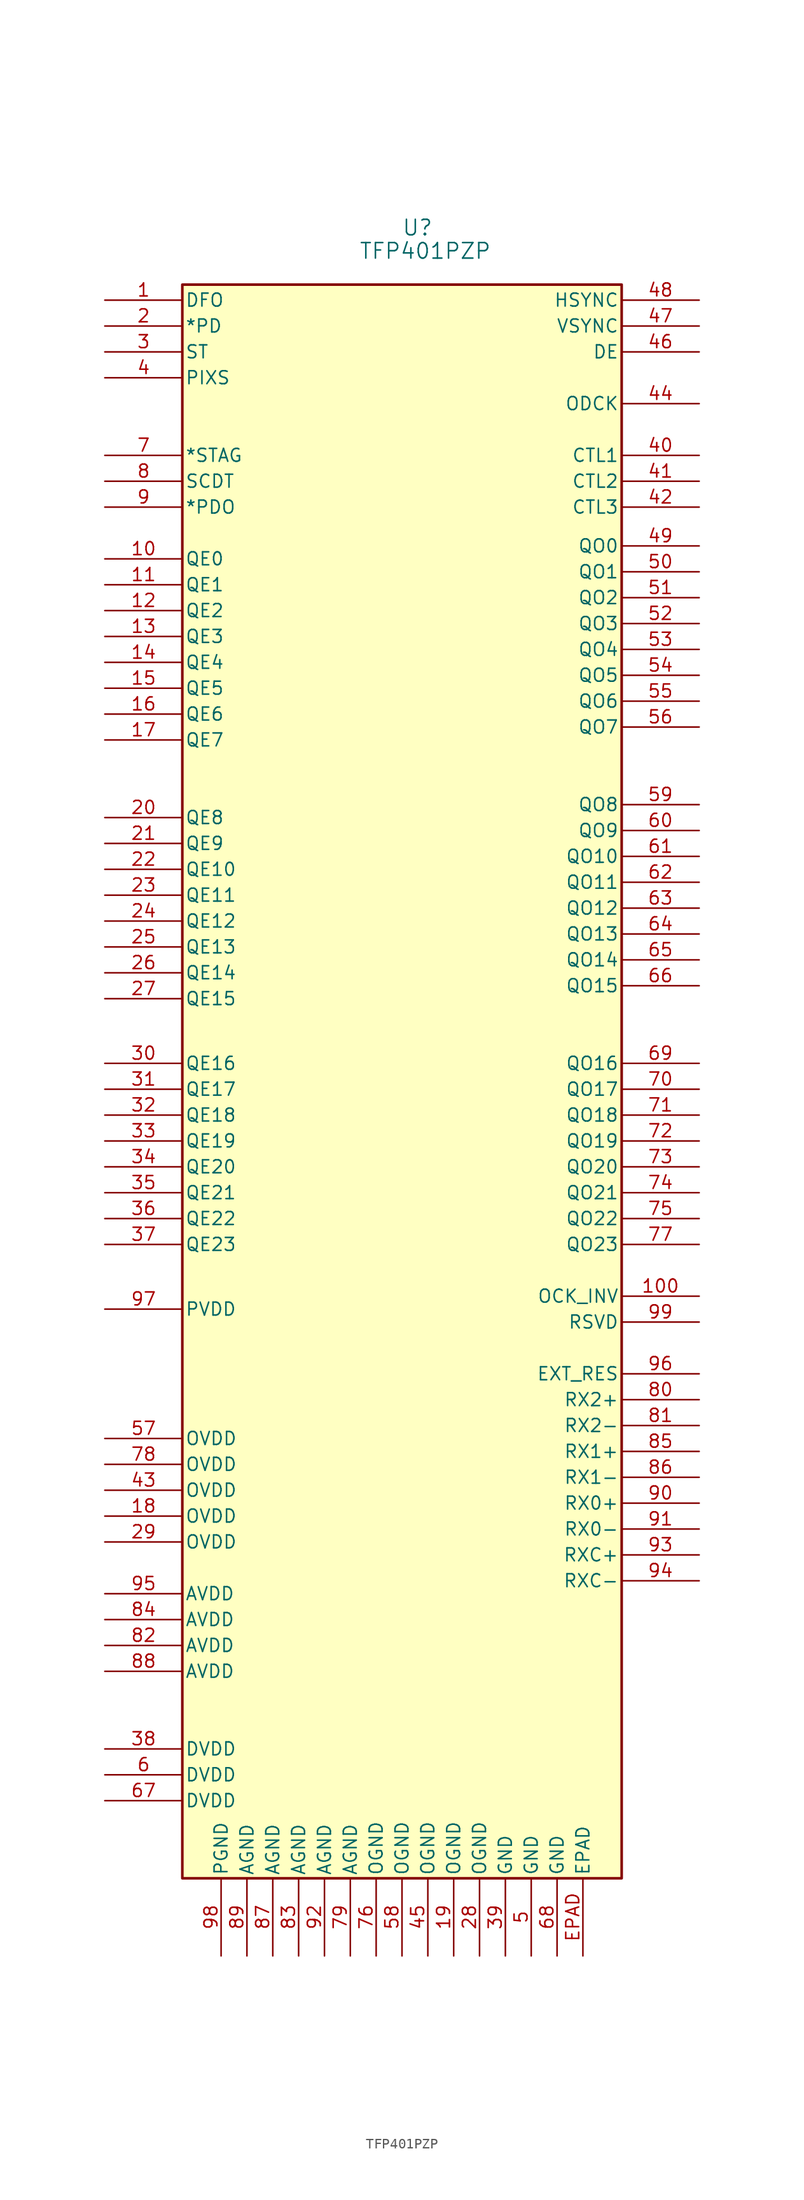
<source format=kicad_sym>
(kicad_symbol_lib
  (version 20231120)
  (generator "kicad_symbol_editor")
  (generator_version "8.0")
  (symbol "TFP401PZP"
    (pin_names
      (offset 0.254))
    (property "Reference" "U"
      (at 30.734 7.112 0)
      (effects (font (size 1.524 1.524))))
    (property "Value" "TFP401PZP"
      (at 31.496 4.826 0)
      (effects (font (size 1.524 1.524))))
    (symbol "TFP401PZP_0_1"
      (rectangle (start 7.62 1.524) (end 50.8 -154.94) (stroke (width 0.254) (type default)) (fill (type background))))
    (symbol "TFP401PZP_1_1"
      (pin input line (at 0 0 0) (length 7.62) (name "DFO" (effects (font (size 1.27 1.27)))) (number "1" (effects (font (size 1.27 1.27)))))
      (pin output line (at 0 -25.4 0) (length 7.62) (name "QE0" (effects (font (size 1.27 1.27)))) (number "10" (effects (font (size 1.27 1.27)))))
      (pin input line (at 58.42 -97.79 180) (length 7.62) (name "OCK_INV" (effects (font (size 1.27 1.27)))) (number "100" (effects (font (size 1.27 1.27)))))
      (pin output line (at 0 -27.94 0) (length 7.62) (name "QE1" (effects (font (size 1.27 1.27)))) (number "11" (effects (font (size 1.27 1.27)))))
      (pin output line (at 0 -30.48 0) (length 7.62) (name "QE2" (effects (font (size 1.27 1.27)))) (number "12" (effects (font (size 1.27 1.27)))))
      (pin output line (at 0 -33.02 0) (length 7.62) (name "QE3" (effects (font (size 1.27 1.27)))) (number "13" (effects (font (size 1.27 1.27)))))
      (pin output line (at 0 -35.56 0) (length 7.62) (name "QE4" (effects (font (size 1.27 1.27)))) (number "14" (effects (font (size 1.27 1.27)))))
      (pin output line (at 0 -38.1 0) (length 7.62) (name "QE5" (effects (font (size 1.27 1.27)))) (number "15" (effects (font (size 1.27 1.27)))))
      (pin output line (at 0 -40.64 0) (length 7.62) (name "QE6" (effects (font (size 1.27 1.27)))) (number "16" (effects (font (size 1.27 1.27)))))
      (pin output line (at 0 -43.18 0) (length 7.62) (name "QE7" (effects (font (size 1.27 1.27)))) (number "17" (effects (font (size 1.27 1.27)))))
      (pin power_in line (at 0 -119.38 0) (length 7.62) (name "OVDD" (effects (font (size 1.27 1.27)))) (number "18" (effects (font (size 1.27 1.27)))))
      (pin power_in line (at 34.29 -162.56 90) (length 7.62) (name "OGND" (effects (font (size 1.27 1.27)))) (number "19" (effects (font (size 1.27 1.27)))))
      (pin input line (at 0 -2.54 0) (length 7.62) (name "*PD" (effects (font (size 1.27 1.27)))) (number "2" (effects (font (size 1.27 1.27)))))
      (pin output line (at 0 -50.8 0) (length 7.62) (name "QE8" (effects (font (size 1.27 1.27)))) (number "20" (effects (font (size 1.27 1.27)))))
      (pin output line (at 0 -53.34 0) (length 7.62) (name "QE9" (effects (font (size 1.27 1.27)))) (number "21" (effects (font (size 1.27 1.27)))))
      (pin output line (at 0 -55.88 0) (length 7.62) (name "QE10" (effects (font (size 1.27 1.27)))) (number "22" (effects (font (size 1.27 1.27)))))
      (pin output line (at 0 -58.42 0) (length 7.62) (name "QE11" (effects (font (size 1.27 1.27)))) (number "23" (effects (font (size 1.27 1.27)))))
      (pin output line (at 0 -60.96 0) (length 7.62) (name "QE12" (effects (font (size 1.27 1.27)))) (number "24" (effects (font (size 1.27 1.27)))))
      (pin output line (at 0 -63.5 0) (length 7.62) (name "QE13" (effects (font (size 1.27 1.27)))) (number "25" (effects (font (size 1.27 1.27)))))
      (pin output line (at 0 -66.04 0) (length 7.62) (name "QE14" (effects (font (size 1.27 1.27)))) (number "26" (effects (font (size 1.27 1.27)))))
      (pin output line (at 0 -68.58 0) (length 7.62) (name "QE15" (effects (font (size 1.27 1.27)))) (number "27" (effects (font (size 1.27 1.27)))))
      (pin power_in line (at 36.83 -162.56 90) (length 7.62) (name "OGND" (effects (font (size 1.27 1.27)))) (number "28" (effects (font (size 1.27 1.27)))))
      (pin power_in line (at 0 -121.92 0) (length 7.62) (name "OVDD" (effects (font (size 1.27 1.27)))) (number "29" (effects (font (size 1.27 1.27)))))
      (pin input line (at 0 -5.08 0) (length 7.62) (name "ST" (effects (font (size 1.27 1.27)))) (number "3" (effects (font (size 1.27 1.27)))))
      (pin output line (at 0 -74.93 0) (length 7.62) (name "QE16" (effects (font (size 1.27 1.27)))) (number "30" (effects (font (size 1.27 1.27)))))
      (pin output line (at 0 -77.47 0) (length 7.62) (name "QE17" (effects (font (size 1.27 1.27)))) (number "31" (effects (font (size 1.27 1.27)))))
      (pin output line (at 0 -80.01 0) (length 7.62) (name "QE18" (effects (font (size 1.27 1.27)))) (number "32" (effects (font (size 1.27 1.27)))))
      (pin output line (at 0 -82.55 0) (length 7.62) (name "QE19" (effects (font (size 1.27 1.27)))) (number "33" (effects (font (size 1.27 1.27)))))
      (pin output line (at 0 -85.09 0) (length 7.62) (name "QE20" (effects (font (size 1.27 1.27)))) (number "34" (effects (font (size 1.27 1.27)))))
      (pin output line (at 0 -87.63 0) (length 7.62) (name "QE21" (effects (font (size 1.27 1.27)))) (number "35" (effects (font (size 1.27 1.27)))))
      (pin output line (at 0 -90.17 0) (length 7.62) (name "QE22" (effects (font (size 1.27 1.27)))) (number "36" (effects (font (size 1.27 1.27)))))
      (pin output line (at 0 -92.71 0) (length 7.62) (name "QE23" (effects (font (size 1.27 1.27)))) (number "37" (effects (font (size 1.27 1.27)))))
      (pin power_in line (at 0 -142.24 0) (length 7.62) (name "DVDD" (effects (font (size 1.27 1.27)))) (number "38" (effects (font (size 1.27 1.27)))))
      (pin power_in line (at 39.37 -162.56 90) (length 7.62) (name "GND" (effects (font (size 1.27 1.27)))) (number "39" (effects (font (size 1.27 1.27)))))
      (pin input line (at 0 -7.62 0) (length 7.62) (name "PIXS" (effects (font (size 1.27 1.27)))) (number "4" (effects (font (size 1.27 1.27)))))
      (pin output line (at 58.42 -15.24 180) (length 7.62) (name "CTL1" (effects (font (size 1.27 1.27)))) (number "40" (effects (font (size 1.27 1.27)))))
      (pin output line (at 58.42 -17.78 180) (length 7.62) (name "CTL2" (effects (font (size 1.27 1.27)))) (number "41" (effects (font (size 1.27 1.27)))))
      (pin output line (at 58.42 -20.32 180) (length 7.62) (name "CTL3" (effects (font (size 1.27 1.27)))) (number "42" (effects (font (size 1.27 1.27)))))
      (pin power_in line (at 0 -116.84 0) (length 7.62) (name "OVDD" (effects (font (size 1.27 1.27)))) (number "43" (effects (font (size 1.27 1.27)))))
      (pin output line (at 58.42 -10.16 180) (length 7.62) (name "ODCK" (effects (font (size 1.27 1.27)))) (number "44" (effects (font (size 1.27 1.27)))))
      (pin power_in line (at 31.75 -162.56 90) (length 7.62) (name "OGND" (effects (font (size 1.27 1.27)))) (number "45" (effects (font (size 1.27 1.27)))))
      (pin output line (at 58.42 -5.08 180) (length 7.62) (name "DE" (effects (font (size 1.27 1.27)))) (number "46" (effects (font (size 1.27 1.27)))))
      (pin power_in line (at 58.42 -2.54 180) (length 7.62) (name "VSYNC" (effects (font (size 1.27 1.27)))) (number "47" (effects (font (size 1.27 1.27)))))
      (pin output line (at 58.42 0 180) (length 7.62) (name "HSYNC" (effects (font (size 1.27 1.27)))) (number "48" (effects (font (size 1.27 1.27)))))
      (pin output line (at 58.42 -24.13 180) (length 7.62) (name "QO0" (effects (font (size 1.27 1.27)))) (number "49" (effects (font (size 1.27 1.27)))))
      (pin power_in line (at 41.91 -162.56 90) (length 7.62) (name "GND" (effects (font (size 1.27 1.27)))) (number "5" (effects (font (size 1.27 1.27)))))
      (pin output line (at 58.42 -26.67 180) (length 7.62) (name "QO1" (effects (font (size 1.27 1.27)))) (number "50" (effects (font (size 1.27 1.27)))))
      (pin output line (at 58.42 -29.21 180) (length 7.62) (name "QO2" (effects (font (size 1.27 1.27)))) (number "51" (effects (font (size 1.27 1.27)))))
      (pin output line (at 58.42 -31.75 180) (length 7.62) (name "QO3" (effects (font (size 1.27 1.27)))) (number "52" (effects (font (size 1.27 1.27)))))
      (pin output line (at 58.42 -34.29 180) (length 7.62) (name "QO4" (effects (font (size 1.27 1.27)))) (number "53" (effects (font (size 1.27 1.27)))))
      (pin output line (at 58.42 -36.83 180) (length 7.62) (name "QO5" (effects (font (size 1.27 1.27)))) (number "54" (effects (font (size 1.27 1.27)))))
      (pin output line (at 58.42 -39.37 180) (length 7.62) (name "QO6" (effects (font (size 1.27 1.27)))) (number "55" (effects (font (size 1.27 1.27)))))
      (pin output line (at 58.42 -41.91 180) (length 7.62) (name "QO7" (effects (font (size 1.27 1.27)))) (number "56" (effects (font (size 1.27 1.27)))))
      (pin power_in line (at 0 -111.76 0) (length 7.62) (name "OVDD" (effects (font (size 1.27 1.27)))) (number "57" (effects (font (size 1.27 1.27)))))
      (pin power_in line (at 29.21 -162.56 90) (length 7.62) (name "OGND" (effects (font (size 1.27 1.27)))) (number "58" (effects (font (size 1.27 1.27)))))
      (pin output line (at 58.42 -49.53 180) (length 7.62) (name "QO8" (effects (font (size 1.27 1.27)))) (number "59" (effects (font (size 1.27 1.27)))))
      (pin power_in line (at 0 -144.78 0) (length 7.62) (name "DVDD" (effects (font (size 1.27 1.27)))) (number "6" (effects (font (size 1.27 1.27)))))
      (pin output line (at 58.42 -52.07 180) (length 7.62) (name "QO9" (effects (font (size 1.27 1.27)))) (number "60" (effects (font (size 1.27 1.27)))))
      (pin output line (at 58.42 -54.61 180) (length 7.62) (name "QO10" (effects (font (size 1.27 1.27)))) (number "61" (effects (font (size 1.27 1.27)))))
      (pin output line (at 58.42 -57.15 180) (length 7.62) (name "QO11" (effects (font (size 1.27 1.27)))) (number "62" (effects (font (size 1.27 1.27)))))
      (pin output line (at 58.42 -59.69 180) (length 7.62) (name "QO12" (effects (font (size 1.27 1.27)))) (number "63" (effects (font (size 1.27 1.27)))))
      (pin output line (at 58.42 -62.23 180) (length 7.62) (name "QO13" (effects (font (size 1.27 1.27)))) (number "64" (effects (font (size 1.27 1.27)))))
      (pin output line (at 58.42 -64.77 180) (length 7.62) (name "QO14" (effects (font (size 1.27 1.27)))) (number "65" (effects (font (size 1.27 1.27)))))
      (pin output line (at 58.42 -67.31 180) (length 7.62) (name "QO15" (effects (font (size 1.27 1.27)))) (number "66" (effects (font (size 1.27 1.27)))))
      (pin power_in line (at 0 -147.32 0) (length 7.62) (name "DVDD" (effects (font (size 1.27 1.27)))) (number "67" (effects (font (size 1.27 1.27)))))
      (pin power_in line (at 44.45 -162.56 90) (length 7.62) (name "GND" (effects (font (size 1.27 1.27)))) (number "68" (effects (font (size 1.27 1.27)))))
      (pin output line (at 58.42 -74.93 180) (length 7.62) (name "QO16" (effects (font (size 1.27 1.27)))) (number "69" (effects (font (size 1.27 1.27)))))
      (pin input line (at 0 -15.24 0) (length 7.62) (name "*STAG" (effects (font (size 1.27 1.27)))) (number "7" (effects (font (size 1.27 1.27)))))
      (pin output line (at 58.42 -77.47 180) (length 7.62) (name "QO17" (effects (font (size 1.27 1.27)))) (number "70" (effects (font (size 1.27 1.27)))))
      (pin output line (at 58.42 -80.01 180) (length 7.62) (name "QO18" (effects (font (size 1.27 1.27)))) (number "71" (effects (font (size 1.27 1.27)))))
      (pin output line (at 58.42 -82.55 180) (length 7.62) (name "QO19" (effects (font (size 1.27 1.27)))) (number "72" (effects (font (size 1.27 1.27)))))
      (pin output line (at 58.42 -85.09 180) (length 7.62) (name "QO20" (effects (font (size 1.27 1.27)))) (number "73" (effects (font (size 1.27 1.27)))))
      (pin output line (at 58.42 -87.63 180) (length 7.62) (name "QO21" (effects (font (size 1.27 1.27)))) (number "74" (effects (font (size 1.27 1.27)))))
      (pin output line (at 58.42 -90.17 180) (length 7.62) (name "QO22" (effects (font (size 1.27 1.27)))) (number "75" (effects (font (size 1.27 1.27)))))
      (pin power_in line (at 26.67 -162.56 90) (length 7.62) (name "OGND" (effects (font (size 1.27 1.27)))) (number "76" (effects (font (size 1.27 1.27)))))
      (pin output line (at 58.42 -92.71 180) (length 7.62) (name "QO23" (effects (font (size 1.27 1.27)))) (number "77" (effects (font (size 1.27 1.27)))))
      (pin power_in line (at 0 -114.3 0) (length 7.62) (name "OVDD" (effects (font (size 1.27 1.27)))) (number "78" (effects (font (size 1.27 1.27)))))
      (pin power_in line (at 24.13 -162.56 90) (length 7.62) (name "AGND" (effects (font (size 1.27 1.27)))) (number "79" (effects (font (size 1.27 1.27)))))
      (pin output line (at 0 -17.78 0) (length 7.62) (name "SCDT" (effects (font (size 1.27 1.27)))) (number "8" (effects (font (size 1.27 1.27)))))
      (pin input line (at 58.42 -107.95 180) (length 7.62) (name "RX2+" (effects (font (size 1.27 1.27)))) (number "80" (effects (font (size 1.27 1.27)))))
      (pin input line (at 58.42 -110.49 180) (length 7.62) (name "RX2-" (effects (font (size 1.27 1.27)))) (number "81" (effects (font (size 1.27 1.27)))))
      (pin power_in line (at 0 -132.08 0) (length 7.62) (name "AVDD" (effects (font (size 1.27 1.27)))) (number "82" (effects (font (size 1.27 1.27)))))
      (pin power_in line (at 19.05 -162.56 90) (length 7.62) (name "AGND" (effects (font (size 1.27 1.27)))) (number "83" (effects (font (size 1.27 1.27)))))
      (pin power_in line (at 0 -129.54 0) (length 7.62) (name "AVDD" (effects (font (size 1.27 1.27)))) (number "84" (effects (font (size 1.27 1.27)))))
      (pin input line (at 58.42 -113.03 180) (length 7.62) (name "RX1+" (effects (font (size 1.27 1.27)))) (number "85" (effects (font (size 1.27 1.27)))))
      (pin input line (at 58.42 -115.57 180) (length 7.62) (name "RX1-" (effects (font (size 1.27 1.27)))) (number "86" (effects (font (size 1.27 1.27)))))
      (pin power_in line (at 16.51 -162.56 90) (length 7.62) (name "AGND" (effects (font (size 1.27 1.27)))) (number "87" (effects (font (size 1.27 1.27)))))
      (pin power_in line (at 0 -134.62 0) (length 7.62) (name "AVDD" (effects (font (size 1.27 1.27)))) (number "88" (effects (font (size 1.27 1.27)))))
      (pin power_in line (at 13.97 -162.56 90) (length 7.62) (name "AGND" (effects (font (size 1.27 1.27)))) (number "89" (effects (font (size 1.27 1.27)))))
      (pin input line (at 0 -20.32 0) (length 7.62) (name "*PDO" (effects (font (size 1.27 1.27)))) (number "9" (effects (font (size 1.27 1.27)))))
      (pin input line (at 58.42 -118.11 180) (length 7.62) (name "RX0+" (effects (font (size 1.27 1.27)))) (number "90" (effects (font (size 1.27 1.27)))))
      (pin input line (at 58.42 -120.65 180) (length 7.62) (name "RX0-" (effects (font (size 1.27 1.27)))) (number "91" (effects (font (size 1.27 1.27)))))
      (pin power_in line (at 21.59 -162.56 90) (length 7.62) (name "AGND" (effects (font (size 1.27 1.27)))) (number "92" (effects (font (size 1.27 1.27)))))
      (pin input line (at 58.42 -123.19 180) (length 7.62) (name "RXC+" (effects (font (size 1.27 1.27)))) (number "93" (effects (font (size 1.27 1.27)))))
      (pin input line (at 58.42 -125.73 180) (length 7.62) (name "RXC-" (effects (font (size 1.27 1.27)))) (number "94" (effects (font (size 1.27 1.27)))))
      (pin power_in line (at 0 -127 0) (length 7.62) (name "AVDD" (effects (font (size 1.27 1.27)))) (number "95" (effects (font (size 1.27 1.27)))))
      (pin input line (at 58.42 -105.41 180) (length 7.62) (name "EXT_RES" (effects (font (size 1.27 1.27)))) (number "96" (effects (font (size 1.27 1.27)))))
      (pin power_in line (at 0 -99.06 0) (length 7.62) (name "PVDD" (effects (font (size 1.27 1.27)))) (number "97" (effects (font (size 1.27 1.27)))))
      (pin power_in line (at 11.43 -162.56 90) (length 7.62) (name "PGND" (effects (font (size 1.27 1.27)))) (number "98" (effects (font (size 1.27 1.27)))))
      (pin unspecified line (at 58.42 -100.33 180) (length 7.62) (name "RSVD" (effects (font (size 1.27 1.27)))) (number "99" (effects (font (size 1.27 1.27)))))
      (pin unspecified line (at 46.99 -162.56 90) (length 7.62) (name "EPAD" (effects (font (size 1.27 1.27)))) (number "EPAD" (effects (font (size 1.27 1.27))))))))
</source>
